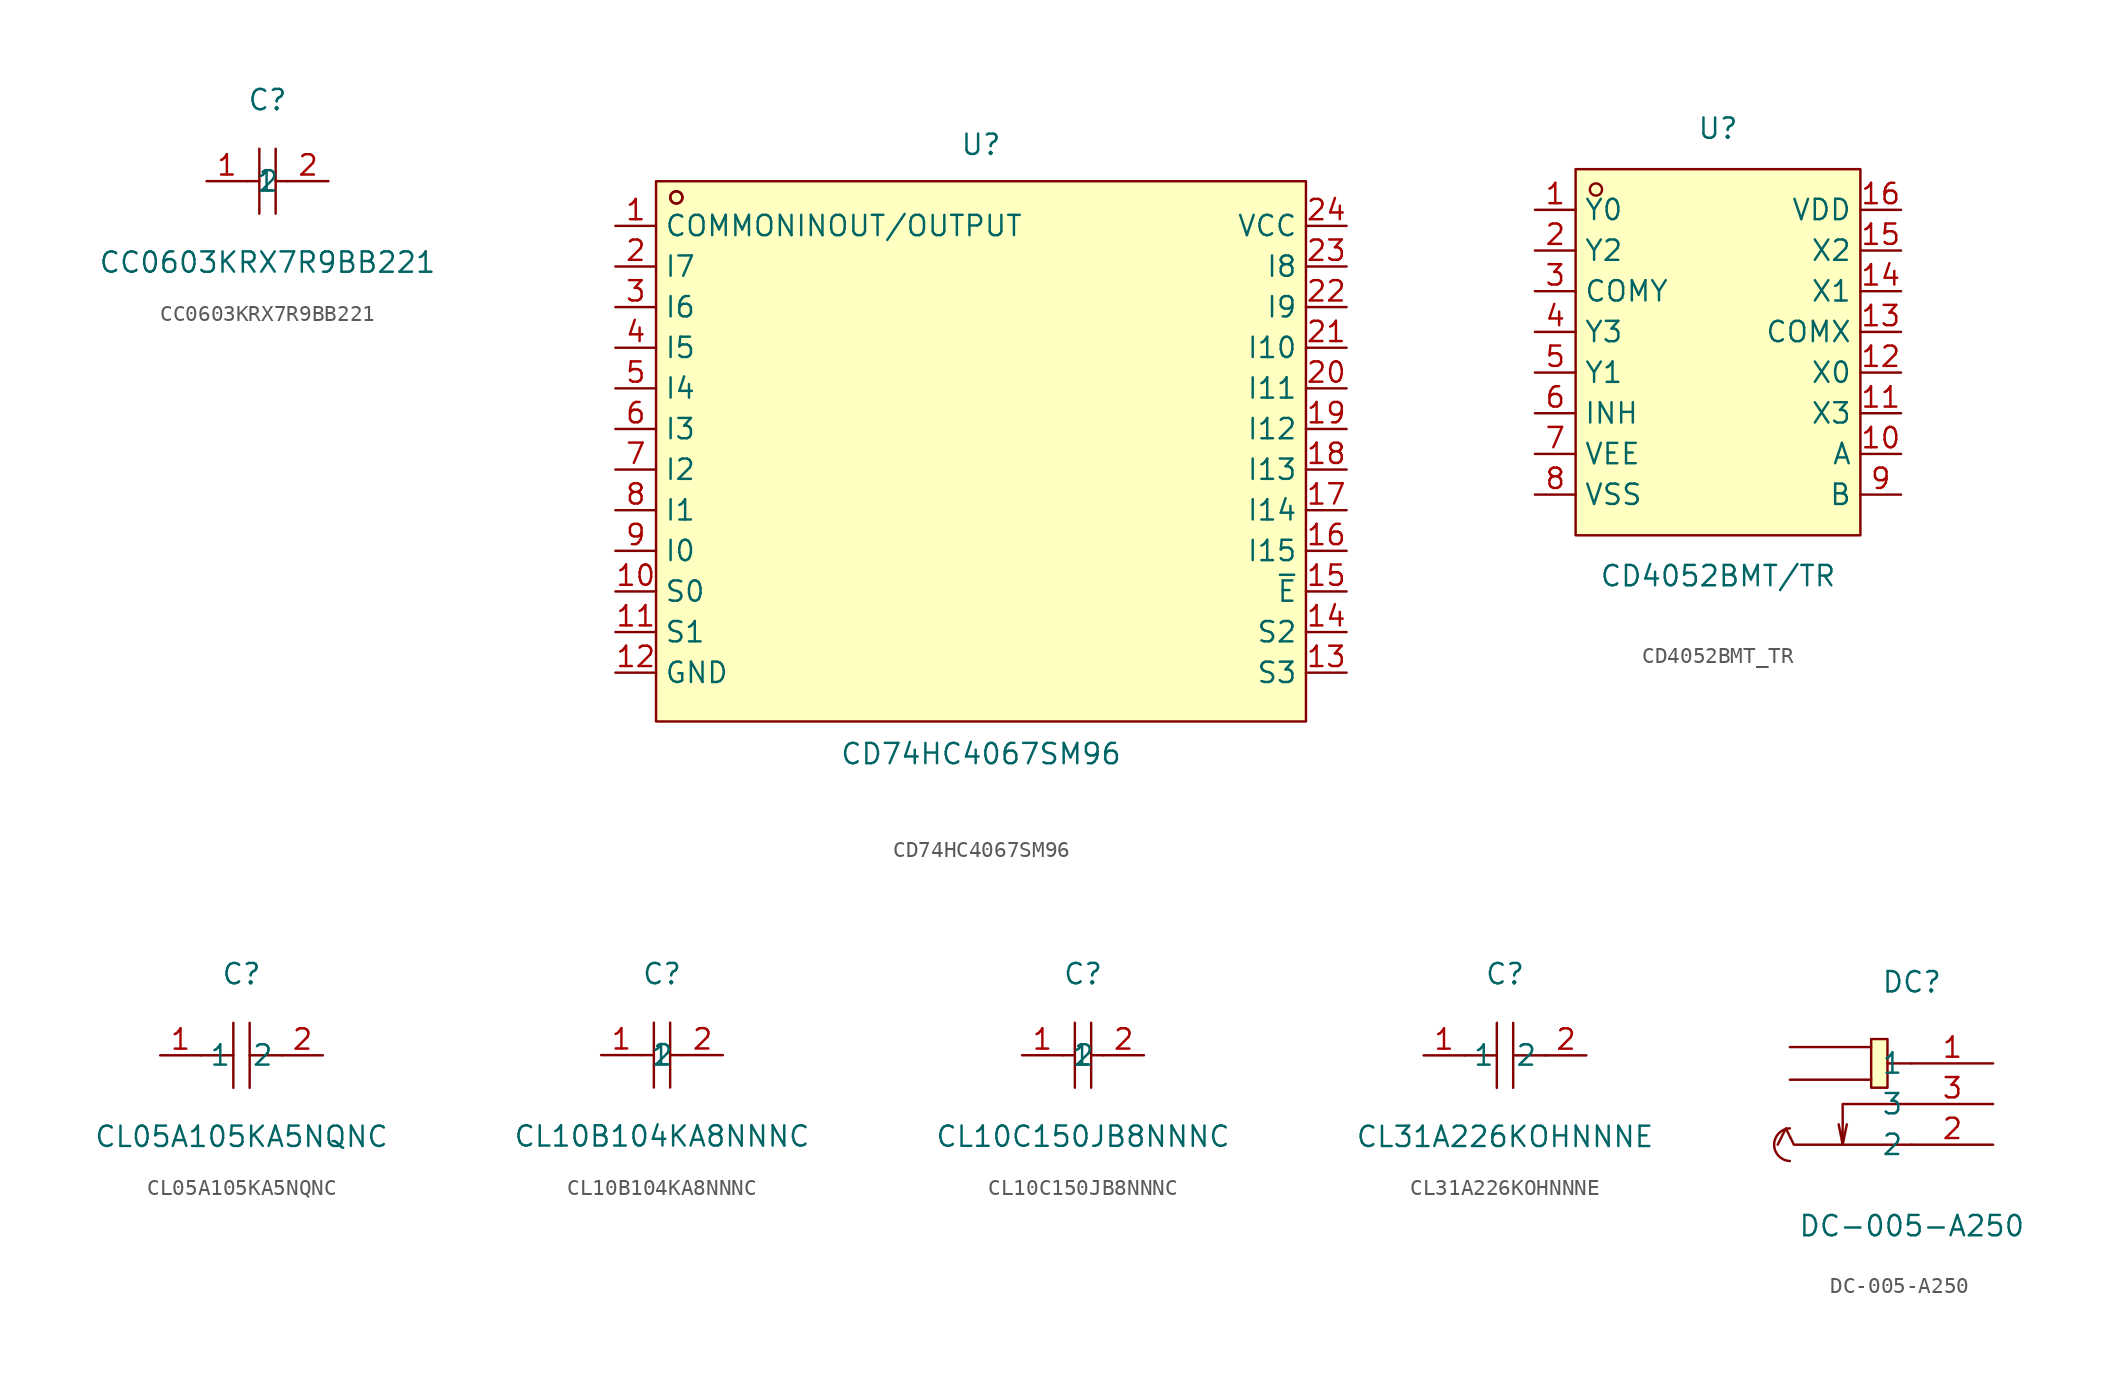
<source format=kicad_sym>
(kicad_symbol_lib
  (version 20241209)
  (generator "kicad_symbol_editor")
  (generator_version "9.0")
  (symbol "CC0603KRX7R9BB221"
    (property "Reference" "C"
      (at 0 5.08 0)
      (effects (font (size 1.27 1.27))))
    (property "Value" "CC0603KRX7R9BB221"
      (at 0 -5.08 0)
      (effects (font (size 1.27 1.27))))
    (symbol "CC0603KRX7R9BB221_0_1"
      (polyline (pts (xy -1.27 0) (xy -0.51 0)) (stroke (width 0) (type default)) (fill (type none)))
      (polyline (pts (xy -0.51 2.03) (xy -0.51 -2.03)) (stroke (width 0) (type default)) (fill (type none)))
      (polyline (pts (xy 0.51 2.03) (xy 0.51 -2.03)) (stroke (width 0) (type default)) (fill (type none)))
      (polyline (pts (xy 0.51 0) (xy 1.27 0)) (stroke (width 0) (type default)) (fill (type none)))
      (pin input line (at -3.81 0 0) (length 2.54) (name "1" (effects (font (size 1.27 1.27)))) (number "1" (effects (font (size 1.27 1.27)))))
      (pin input line (at 3.81 0 180) (length 2.54) (name "2" (effects (font (size 1.27 1.27)))) (number "2" (effects (font (size 1.27 1.27)))))))
  (symbol "CD74HC4067SM96"
    (property "Reference" "U"
      (at 0 19.05 0)
      (effects (font (size 1.27 1.27))))
    (property "Value" "CD74HC4067SM96"
      (at 0 -19.05 0)
      (effects (font (size 1.27 1.27))))
    (symbol "CD74HC4067SM96_0_1"
      (rectangle (start -20.32 16.76) (end 20.32 -17.02) (stroke (width 0) (type default)) (fill (type background)))
      (circle (center -19.05 15.75) (radius 0.38) (stroke (width 0) (type default)) (fill (type none)))
      (circle (center -19.05 15.75) (radius 0.38) (stroke (width 0) (type default)) (fill (type none)))
      (pin unspecified line (at -22.86 13.97 0) (length 2.54) (name "COMMONINOUT/OUTPUT" (effects (font (size 1.27 1.27)))) (number "1" (effects (font (size 1.27 1.27)))))
      (pin unspecified line (at -22.86 11.43 0) (length 2.54) (name "I7" (effects (font (size 1.27 1.27)))) (number "2" (effects (font (size 1.27 1.27)))))
      (pin unspecified line (at -22.86 8.89 0) (length 2.54) (name "I6" (effects (font (size 1.27 1.27)))) (number "3" (effects (font (size 1.27 1.27)))))
      (pin unspecified line (at -22.86 6.35 0) (length 2.54) (name "I5" (effects (font (size 1.27 1.27)))) (number "4" (effects (font (size 1.27 1.27)))))
      (pin unspecified line (at -22.86 3.81 0) (length 2.54) (name "I4" (effects (font (size 1.27 1.27)))) (number "5" (effects (font (size 1.27 1.27)))))
      (pin unspecified line (at -22.86 1.27 0) (length 2.54) (name "I3" (effects (font (size 1.27 1.27)))) (number "6" (effects (font (size 1.27 1.27)))))
      (pin unspecified line (at -22.86 -1.27 0) (length 2.54) (name "I2" (effects (font (size 1.27 1.27)))) (number "7" (effects (font (size 1.27 1.27)))))
      (pin unspecified line (at -22.86 -3.81 0) (length 2.54) (name "I1" (effects (font (size 1.27 1.27)))) (number "8" (effects (font (size 1.27 1.27)))))
      (pin unspecified line (at -22.86 -6.35 0) (length 2.54) (name "I0" (effects (font (size 1.27 1.27)))) (number "9" (effects (font (size 1.27 1.27)))))
      (pin unspecified line (at -22.86 -8.89 0) (length 2.54) (name "S0" (effects (font (size 1.27 1.27)))) (number "10" (effects (font (size 1.27 1.27)))))
      (pin unspecified line (at -22.86 -11.43 0) (length 2.54) (name "S1" (effects (font (size 1.27 1.27)))) (number "11" (effects (font (size 1.27 1.27)))))
      (pin unspecified line (at -22.86 -13.97 0) (length 2.54) (name "GND" (effects (font (size 1.27 1.27)))) (number "12" (effects (font (size 1.27 1.27)))))
      (pin unspecified line (at 22.86 13.97 180) (length 2.54) (name "VCC" (effects (font (size 1.27 1.27)))) (number "24" (effects (font (size 1.27 1.27)))))
      (pin unspecified line (at 22.86 11.43 180) (length 2.54) (name "I8" (effects (font (size 1.27 1.27)))) (number "23" (effects (font (size 1.27 1.27)))))
      (pin unspecified line (at 22.86 8.89 180) (length 2.54) (name "I9" (effects (font (size 1.27 1.27)))) (number "22" (effects (font (size 1.27 1.27)))))
      (pin unspecified line (at 22.86 6.35 180) (length 2.54) (name "I10" (effects (font (size 1.27 1.27)))) (number "21" (effects (font (size 1.27 1.27)))))
      (pin unspecified line (at 22.86 3.81 180) (length 2.54) (name "I11" (effects (font (size 1.27 1.27)))) (number "20" (effects (font (size 1.27 1.27)))))
      (pin unspecified line (at 22.86 1.27 180) (length 2.54) (name "I12" (effects (font (size 1.27 1.27)))) (number "19" (effects (font (size 1.27 1.27)))))
      (pin unspecified line (at 22.86 -1.27 180) (length 2.54) (name "I13" (effects (font (size 1.27 1.27)))) (number "18" (effects (font (size 1.27 1.27)))))
      (pin unspecified line (at 22.86 -3.81 180) (length 2.54) (name "I14" (effects (font (size 1.27 1.27)))) (number "17" (effects (font (size 1.27 1.27)))))
      (pin unspecified line (at 22.86 -6.35 180) (length 2.54) (name "I15" (effects (font (size 1.27 1.27)))) (number "16" (effects (font (size 1.27 1.27)))))
      (pin unspecified line (at 22.86 -8.89 180) (length 2.54) (name "~{E}" (effects (font (size 1.27 1.27)))) (number "15" (effects (font (size 1.27 1.27)))))
      (pin unspecified line (at 22.86 -11.43 180) (length 2.54) (name "S2" (effects (font (size 1.27 1.27)))) (number "14" (effects (font (size 1.27 1.27)))))
      (pin unspecified line (at 22.86 -13.97 180) (length 2.54) (name "S3" (effects (font (size 1.27 1.27)))) (number "13" (effects (font (size 1.27 1.27)))))))
  (symbol "CD4052BMT_TR"
    (property "Reference" "U"
      (at 0 13.97 0)
      (effects (font (size 1.27 1.27))))
    (property "Value" "CD4052BMT/TR"
      (at 0 -13.97 0)
      (effects (font (size 1.27 1.27))))
    (symbol "CD4052BMT_TR_0_1"
      (rectangle (start -8.89 11.43) (end 8.89 -11.43) (stroke (width 0) (type default)) (fill (type background)))
      (circle (center -7.62 10.16) (radius 0.38) (stroke (width 0) (type default)) (fill (type none)))
      (pin unspecified line (at -11.43 8.89 0) (length 2.54) (name "Y0" (effects (font (size 1.27 1.27)))) (number "1" (effects (font (size 1.27 1.27)))))
      (pin unspecified line (at -11.43 6.35 0) (length 2.54) (name "Y2" (effects (font (size 1.27 1.27)))) (number "2" (effects (font (size 1.27 1.27)))))
      (pin unspecified line (at -11.43 3.81 0) (length 2.54) (name "COMY" (effects (font (size 1.27 1.27)))) (number "3" (effects (font (size 1.27 1.27)))))
      (pin unspecified line (at -11.43 1.27 0) (length 2.54) (name "Y3" (effects (font (size 1.27 1.27)))) (number "4" (effects (font (size 1.27 1.27)))))
      (pin unspecified line (at -11.43 -1.27 0) (length 2.54) (name "Y1" (effects (font (size 1.27 1.27)))) (number "5" (effects (font (size 1.27 1.27)))))
      (pin unspecified line (at -11.43 -3.81 0) (length 2.54) (name "INH" (effects (font (size 1.27 1.27)))) (number "6" (effects (font (size 1.27 1.27)))))
      (pin unspecified line (at -11.43 -6.35 0) (length 2.54) (name "VEE" (effects (font (size 1.27 1.27)))) (number "7" (effects (font (size 1.27 1.27)))))
      (pin unspecified line (at -11.43 -8.89 0) (length 2.54) (name "VSS" (effects (font (size 1.27 1.27)))) (number "8" (effects (font (size 1.27 1.27)))))
      (pin unspecified line (at 11.43 8.89 180) (length 2.54) (name "VDD" (effects (font (size 1.27 1.27)))) (number "16" (effects (font (size 1.27 1.27)))))
      (pin unspecified line (at 11.43 6.35 180) (length 2.54) (name "X2" (effects (font (size 1.27 1.27)))) (number "15" (effects (font (size 1.27 1.27)))))
      (pin unspecified line (at 11.43 3.81 180) (length 2.54) (name "X1" (effects (font (size 1.27 1.27)))) (number "14" (effects (font (size 1.27 1.27)))))
      (pin unspecified line (at 11.43 1.27 180) (length 2.54) (name "COMX" (effects (font (size 1.27 1.27)))) (number "13" (effects (font (size 1.27 1.27)))))
      (pin unspecified line (at 11.43 -1.27 180) (length 2.54) (name "X0" (effects (font (size 1.27 1.27)))) (number "12" (effects (font (size 1.27 1.27)))))
      (pin unspecified line (at 11.43 -3.81 180) (length 2.54) (name "X3" (effects (font (size 1.27 1.27)))) (number "11" (effects (font (size 1.27 1.27)))))
      (pin unspecified line (at 11.43 -6.35 180) (length 2.54) (name "A" (effects (font (size 1.27 1.27)))) (number "10" (effects (font (size 1.27 1.27)))))
      (pin unspecified line (at 11.43 -8.89 180) (length 2.54) (name "B" (effects (font (size 1.27 1.27)))) (number "9" (effects (font (size 1.27 1.27)))))))
  (symbol "CL05A105KA5NQNC"
    (property "Reference" "C"
      (at 0 5.08 0)
      (effects (font (size 1.27 1.27))))
    (property "Value" "CL05A105KA5NQNC"
      (at 0 -5.08 0)
      (effects (font (size 1.27 1.27))))
    (symbol "CL05A105KA5NQNC_0_1"
      (polyline (pts (xy -0.51 0) (xy -2.54 0)) (stroke (width 0) (type default)) (fill (type none)))
      (polyline (pts (xy -0.51 -2.03) (xy -0.51 2.03)) (stroke (width 0) (type default)) (fill (type none)))
      (polyline (pts (xy 0.51 2.03) (xy 0.51 -2.03)) (stroke (width 0) (type default)) (fill (type none)))
      (polyline (pts (xy 2.54 0) (xy 0.51 0)) (stroke (width 0) (type default)) (fill (type none)))
      (pin unspecified line (at -5.08 0 0) (length 2.54) (name "1" (effects (font (size 1.27 1.27)))) (number "1" (effects (font (size 1.27 1.27)))))
      (pin unspecified line (at 5.08 0 180) (length 2.54) (name "2" (effects (font (size 1.27 1.27)))) (number "2" (effects (font (size 1.27 1.27)))))))
  (symbol "CL10B104KA8NNNC"
    (property "Reference" "C"
      (at 0 5.08 0)
      (effects (font (size 1.27 1.27))))
    (property "Value" "CL10B104KA8NNNC"
      (at 0 -5.08 0)
      (effects (font (size 1.27 1.27))))
    (symbol "CL10B104KA8NNNC_0_1"
      (polyline (pts (xy -1.27 0) (xy -0.51 0)) (stroke (width 0) (type default)) (fill (type none)))
      (polyline (pts (xy -0.51 2.03) (xy -0.51 -2.03)) (stroke (width 0) (type default)) (fill (type none)))
      (polyline (pts (xy 0.51 2.03) (xy 0.51 -2.03)) (stroke (width 0) (type default)) (fill (type none)))
      (polyline (pts (xy 0.51 0) (xy 1.27 0)) (stroke (width 0) (type default)) (fill (type none)))
      (pin input line (at -3.81 0 0) (length 2.54) (name "1" (effects (font (size 1.27 1.27)))) (number "1" (effects (font (size 1.27 1.27)))))
      (pin input line (at 3.81 0 180) (length 2.54) (name "2" (effects (font (size 1.27 1.27)))) (number "2" (effects (font (size 1.27 1.27)))))))
  (symbol "CL10C150JB8NNNC"
    (property "Reference" "C"
      (at 0 5.08 0)
      (effects (font (size 1.27 1.27))))
    (property "Value" "CL10C150JB8NNNC"
      (at 0 -5.08 0)
      (effects (font (size 1.27 1.27))))
    (symbol "CL10C150JB8NNNC_0_1"
      (polyline (pts (xy -1.27 0) (xy -0.51 0)) (stroke (width 0) (type default)) (fill (type none)))
      (polyline (pts (xy -0.51 2.03) (xy -0.51 -2.03)) (stroke (width 0) (type default)) (fill (type none)))
      (polyline (pts (xy 0.51 2.03) (xy 0.51 -2.03)) (stroke (width 0) (type default)) (fill (type none)))
      (polyline (pts (xy 0.51 0) (xy 1.27 0)) (stroke (width 0) (type default)) (fill (type none)))
      (pin input line (at -3.81 0 0) (length 2.54) (name "1" (effects (font (size 1.27 1.27)))) (number "1" (effects (font (size 1.27 1.27)))))
      (pin input line (at 3.81 0 180) (length 2.54) (name "2" (effects (font (size 1.27 1.27)))) (number "2" (effects (font (size 1.27 1.27)))))))
  (symbol "CL31A226KOHNNNE"
    (property "Reference" "C"
      (at 0 5.08 0)
      (effects (font (size 1.27 1.27))))
    (property "Value" "CL31A226KOHNNNE"
      (at 0 -5.08 0)
      (effects (font (size 1.27 1.27))))
    (symbol "CL31A226KOHNNNE_0_1"
      (polyline (pts (xy -0.51 0) (xy -2.54 0)) (stroke (width 0) (type default)) (fill (type none)))
      (polyline (pts (xy -0.51 -2.03) (xy -0.51 2.03)) (stroke (width 0) (type default)) (fill (type none)))
      (polyline (pts (xy 0.51 2.03) (xy 0.51 -2.03)) (stroke (width 0) (type default)) (fill (type none)))
      (polyline (pts (xy 2.54 0) (xy 0.51 0)) (stroke (width 0) (type default)) (fill (type none)))
      (pin unspecified line (at -5.08 0 0) (length 2.54) (name "1" (effects (font (size 1.27 1.27)))) (number "1" (effects (font (size 1.27 1.27)))))
      (pin unspecified line (at 5.08 0 180) (length 2.54) (name "2" (effects (font (size 1.27 1.27)))) (number "2" (effects (font (size 1.27 1.27)))))))
  (symbol "DC-005-A250"
    (property "Reference" "DC"
      (at 0 7.62 0)
      (effects (font (size 1.27 1.27))))
    (property "Value" "DC-005-A250"
      (at 0 -7.62 0)
      (effects (font (size 1.27 1.27))))
    (symbol "DC-005-A250_0_1"
      (arc (start -7.62 -3.56) (mid -8.6021 -2.54) (end -7.62 -1.52) (stroke (width 0) (type default)) (fill (type none)))
      (polyline (pts (xy -4.32 -2.54) (xy -4.06 -1.27)) (stroke (width 0) (type default)) (fill (type none)))
      (rectangle (start -2.54 4.06) (end -1.52 1.02) (stroke (width 0) (type default)) (fill (type background)))
      (polyline (pts (xy -2.54 3.56) (xy -7.62 3.56)) (stroke (width 0) (type default)) (fill (type none)))
      (polyline (pts (xy -2.54 1.52) (xy -7.62 1.52)) (stroke (width 0) (type default)) (fill (type none)))
      (polyline (pts (xy 0 2.54) (xy -1.52 2.54)) (stroke (width 0) (type default)) (fill (type none)))
      (polyline (pts (xy 0 0) (xy -4.32 0) (xy -4.32 -2.54) (xy -4.57 -1.27)) (stroke (width 0) (type default)) (fill (type none)))
      (polyline (pts (xy 0 -2.54) (xy -7.37 -2.54) (xy -7.87 -1.52) (xy -8.38 -2.54)) (stroke (width 0) (type default)) (fill (type none)))
      (pin unspecified line (at 5.08 2.54 180) (length 5.08) (name "1" (effects (font (size 1.27 1.27)))) (number "1" (effects (font (size 1.27 1.27)))))
      (pin unspecified line (at 5.08 0 180) (length 5.08) (name "3" (effects (font (size 1.27 1.27)))) (number "3" (effects (font (size 1.27 1.27)))))
      (pin unspecified line (at 5.08 -2.54 180) (length 5.08) (name "2" (effects (font (size 1.27 1.27)))) (number "2" (effects (font (size 1.27 1.27))))))))
</source>
